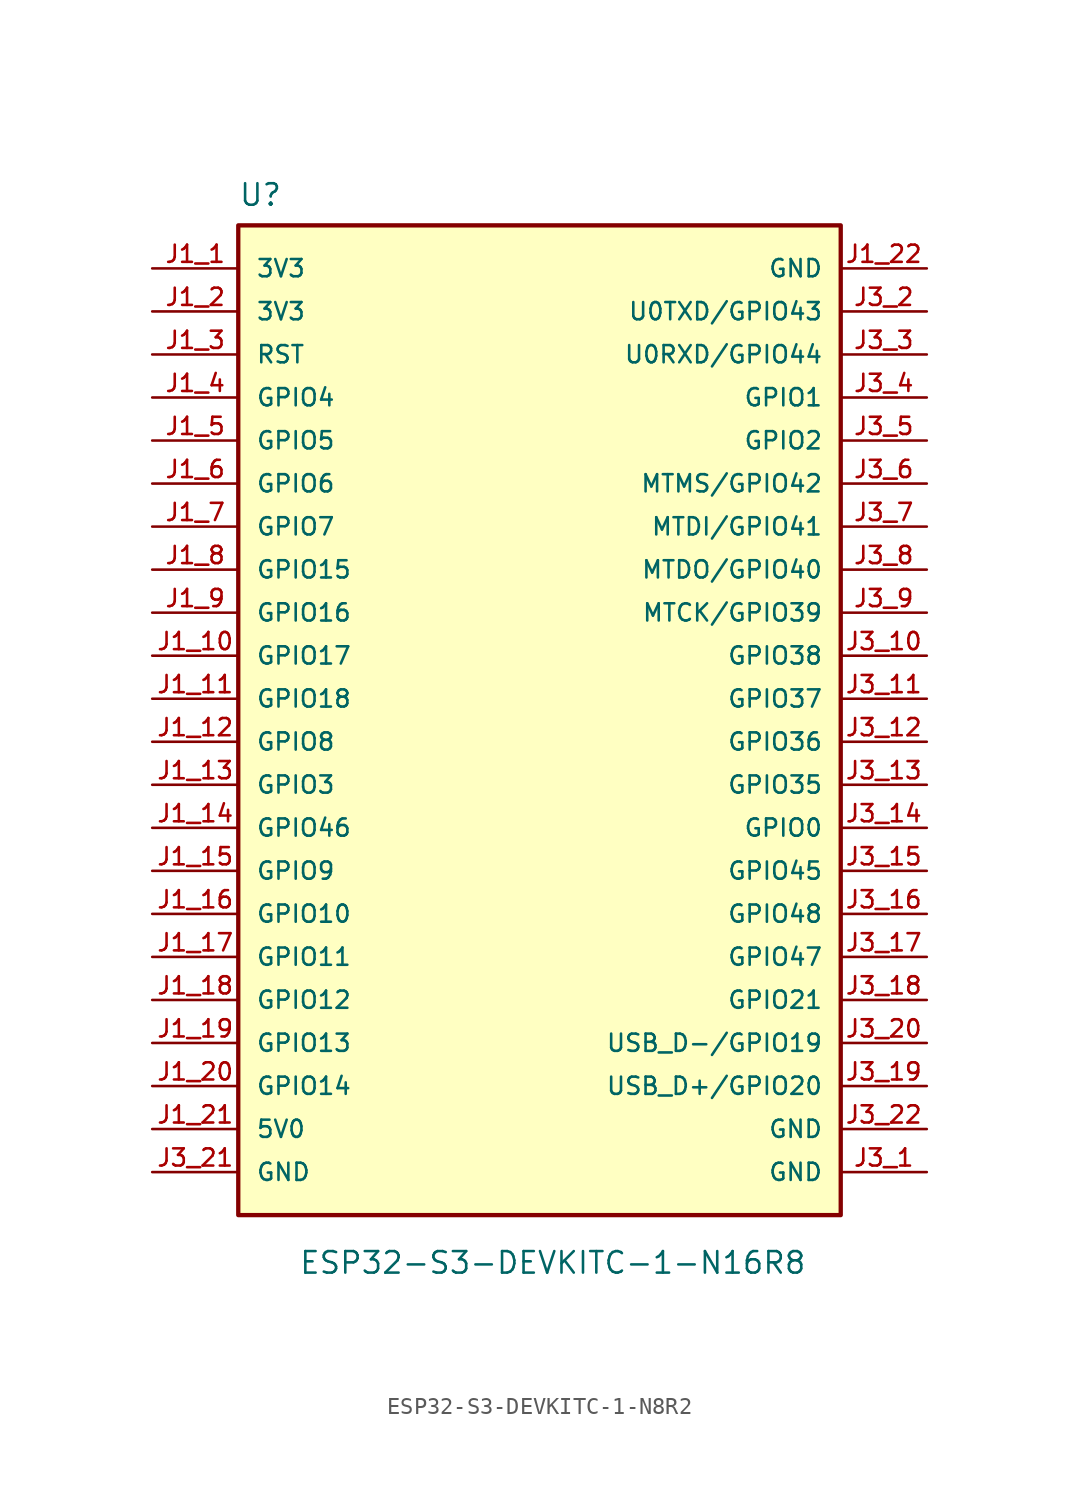
<source format=kicad_sym>
(kicad_symbol_lib
  (version 20241209)
  (generator "kicad_symbol_editor")
  (generator_version "9.0")
  (symbol "ESP32-S3-DEVKITC-1-N8R2"
    (pin_names
      (offset 1.016))
    (property "Reference" "U"
      (at -17.78 35.56 0)
      (effects (font (size 1.27 1.27)) (justify left top)))
    (property "Value" "ESP32-S3-DEVKITC-1-N16R8"
      (at -14.224 -28.956 0)
      (effects (font (size 1.27 1.27)) (justify left bottom)))
    (symbol "ESP32-S3-DEVKITC-1-N8R2_0_0"
      (rectangle (start -17.78 33.02) (end 17.78 -25.4) (stroke (width 0.254) (type default)) (fill (type background)))
      (pin power_in line (at -22.86 30.48 0) (length 5.08) (name "3V3" (effects (font (size 1.016 1.016)))) (number "J1_1" (effects (font (size 1.016 1.016)))))
      (pin power_in line (at -22.86 27.94 0) (length 5.08) (name "3V3" (effects (font (size 1.016 1.016)))) (number "J1_2" (effects (font (size 1.016 1.016)))))
      (pin input line (at -22.86 25.4 0) (length 5.08) (name "RST" (effects (font (size 1.016 1.016)))) (number "J1_3" (effects (font (size 1.016 1.016)))))
      (pin bidirectional line (at -22.86 22.86 0) (length 5.08) (name "GPIO4" (effects (font (size 1.016 1.016)))) (number "J1_4" (effects (font (size 1.016 1.016)))))
      (pin bidirectional line (at -22.86 20.32 0) (length 5.08) (name "GPIO5" (effects (font (size 1.016 1.016)))) (number "J1_5" (effects (font (size 1.016 1.016)))))
      (pin bidirectional line (at -22.86 17.78 0) (length 5.08) (name "GPIO6" (effects (font (size 1.016 1.016)))) (number "J1_6" (effects (font (size 1.016 1.016)))))
      (pin bidirectional line (at -22.86 15.24 0) (length 5.08) (name "GPIO7" (effects (font (size 1.016 1.016)))) (number "J1_7" (effects (font (size 1.016 1.016)))))
      (pin bidirectional line (at -22.86 12.7 0) (length 5.08) (name "GPIO15" (effects (font (size 1.016 1.016)))) (number "J1_8" (effects (font (size 1.016 1.016)))))
      (pin bidirectional line (at -22.86 10.16 0) (length 5.08) (name "GPIO16" (effects (font (size 1.016 1.016)))) (number "J1_9" (effects (font (size 1.016 1.016)))))
      (pin bidirectional line (at -22.86 7.62 0) (length 5.08) (name "GPIO17" (effects (font (size 1.016 1.016)))) (number "J1_10" (effects (font (size 1.016 1.016)))))
      (pin bidirectional line (at -22.86 5.08 0) (length 5.08) (name "GPIO18" (effects (font (size 1.016 1.016)))) (number "J1_11" (effects (font (size 1.016 1.016)))))
      (pin bidirectional line (at -22.86 2.54 0) (length 5.08) (name "GPIO8" (effects (font (size 1.016 1.016)))) (number "J1_12" (effects (font (size 1.016 1.016)))))
      (pin bidirectional line (at -22.86 0 0) (length 5.08) (name "GPIO3" (effects (font (size 1.016 1.016)))) (number "J1_13" (effects (font (size 1.016 1.016)))))
      (pin bidirectional line (at -22.86 -2.54 0) (length 5.08) (name "GPIO46" (effects (font (size 1.016 1.016)))) (number "J1_14" (effects (font (size 1.016 1.016)))))
      (pin bidirectional line (at -22.86 -5.08 0) (length 5.08) (name "GPIO9" (effects (font (size 1.016 1.016)))) (number "J1_15" (effects (font (size 1.016 1.016)))))
      (pin bidirectional line (at -22.86 -7.62 0) (length 5.08) (name "GPIO10" (effects (font (size 1.016 1.016)))) (number "J1_16" (effects (font (size 1.016 1.016)))))
      (pin bidirectional line (at -22.86 -10.16 0) (length 5.08) (name "GPIO11" (effects (font (size 1.016 1.016)))) (number "J1_17" (effects (font (size 1.016 1.016)))))
      (pin bidirectional line (at -22.86 -12.7 0) (length 5.08) (name "GPIO12" (effects (font (size 1.016 1.016)))) (number "J1_18" (effects (font (size 1.016 1.016)))))
      (pin bidirectional line (at -22.86 -15.24 0) (length 5.08) (name "GPIO13" (effects (font (size 1.016 1.016)))) (number "J1_19" (effects (font (size 1.016 1.016)))))
      (pin bidirectional line (at -22.86 -17.78 0) (length 5.08) (name "GPIO14" (effects (font (size 1.016 1.016)))) (number "J1_20" (effects (font (size 1.016 1.016)))))
      (pin power_in line (at -22.86 -20.32 0) (length 5.08) (name "5V0" (effects (font (size 1.016 1.016)))) (number "J1_21" (effects (font (size 1.016 1.016)))))
      (pin power_in line (at -22.86 -22.86 0) (length 5.08) (name "GND" (effects (font (size 1.016 1.016)))) (number "J3_21" (effects (font (size 1.016 1.016)))))
      (pin power_in line (at 22.86 30.48 180) (length 5.08) (name "GND" (effects (font (size 1.016 1.016)))) (number "J1_22" (effects (font (size 1.016 1.016)))))
      (pin bidirectional line (at 22.86 27.94 180) (length 5.08) (name "U0TXD/GPIO43" (effects (font (size 1.016 1.016)))) (number "J3_2" (effects (font (size 1.016 1.016)))))
      (pin bidirectional line (at 22.86 25.4 180) (length 5.08) (name "U0RXD/GPIO44" (effects (font (size 1.016 1.016)))) (number "J3_3" (effects (font (size 1.016 1.016)))))
      (pin bidirectional line (at 22.86 22.86 180) (length 5.08) (name "GPIO1" (effects (font (size 1.016 1.016)))) (number "J3_4" (effects (font (size 1.016 1.016)))))
      (pin bidirectional line (at 22.86 20.32 180) (length 5.08) (name "GPIO2" (effects (font (size 1.016 1.016)))) (number "J3_5" (effects (font (size 1.016 1.016)))))
      (pin bidirectional line (at 22.86 17.78 180) (length 5.08) (name "MTMS/GPIO42" (effects (font (size 1.016 1.016)))) (number "J3_6" (effects (font (size 1.016 1.016)))))
      (pin bidirectional line (at 22.86 15.24 180) (length 5.08) (name "MTDI/GPIO41" (effects (font (size 1.016 1.016)))) (number "J3_7" (effects (font (size 1.016 1.016)))))
      (pin bidirectional line (at 22.86 12.7 180) (length 5.08) (name "MTDO/GPIO40" (effects (font (size 1.016 1.016)))) (number "J3_8" (effects (font (size 1.016 1.016)))))
      (pin bidirectional line (at 22.86 10.16 180) (length 5.08) (name "MTCK/GPIO39" (effects (font (size 1.016 1.016)))) (number "J3_9" (effects (font (size 1.016 1.016)))))
      (pin bidirectional line (at 22.86 7.62 180) (length 5.08) (name "GPIO38" (effects (font (size 1.016 1.016)))) (number "J3_10" (effects (font (size 1.016 1.016)))))
      (pin bidirectional line (at 22.86 5.08 180) (length 5.08) (name "GPIO37" (effects (font (size 1.016 1.016)))) (number "J3_11" (effects (font (size 1.016 1.016)))))
      (pin bidirectional line (at 22.86 2.54 180) (length 5.08) (name "GPIO36" (effects (font (size 1.016 1.016)))) (number "J3_12" (effects (font (size 1.016 1.016)))))
      (pin bidirectional line (at 22.86 0 180) (length 5.08) (name "GPIO35" (effects (font (size 1.016 1.016)))) (number "J3_13" (effects (font (size 1.016 1.016)))))
      (pin bidirectional line (at 22.86 -2.54 180) (length 5.08) (name "GPIO0" (effects (font (size 1.016 1.016)))) (number "J3_14" (effects (font (size 1.016 1.016)))))
      (pin bidirectional line (at 22.86 -5.08 180) (length 5.08) (name "GPIO45" (effects (font (size 1.016 1.016)))) (number "J3_15" (effects (font (size 1.016 1.016)))))
      (pin bidirectional line (at 22.86 -7.62 180) (length 5.08) (name "GPIO48" (effects (font (size 1.016 1.016)))) (number "J3_16" (effects (font (size 1.016 1.016)))))
      (pin bidirectional line (at 22.86 -10.16 180) (length 5.08) (name "GPIO47" (effects (font (size 1.016 1.016)))) (number "J3_17" (effects (font (size 1.016 1.016)))))
      (pin bidirectional line (at 22.86 -12.7 180) (length 5.08) (name "GPIO21" (effects (font (size 1.016 1.016)))) (number "J3_18" (effects (font (size 1.016 1.016)))))
      (pin bidirectional line (at 22.86 -15.24 180) (length 5.08) (name "USB_D-/GPIO19" (effects (font (size 1.016 1.016)))) (number "J3_20" (effects (font (size 1.016 1.016)))))
      (pin bidirectional line (at 22.86 -17.78 180) (length 5.08) (name "USB_D+/GPIO20" (effects (font (size 1.016 1.016)))) (number "J3_19" (effects (font (size 1.016 1.016)))))
      (pin power_in line (at 22.86 -20.32 180) (length 5.08) (name "GND" (effects (font (size 1.016 1.016)))) (number "J3_22" (effects (font (size 1.016 1.016)))))
      (pin power_in line (at 22.86 -22.86 180) (length 5.08) (name "GND" (effects (font (size 1.016 1.016)))) (number "J3_1" (effects (font (size 1.016 1.016))))))))
</source>
